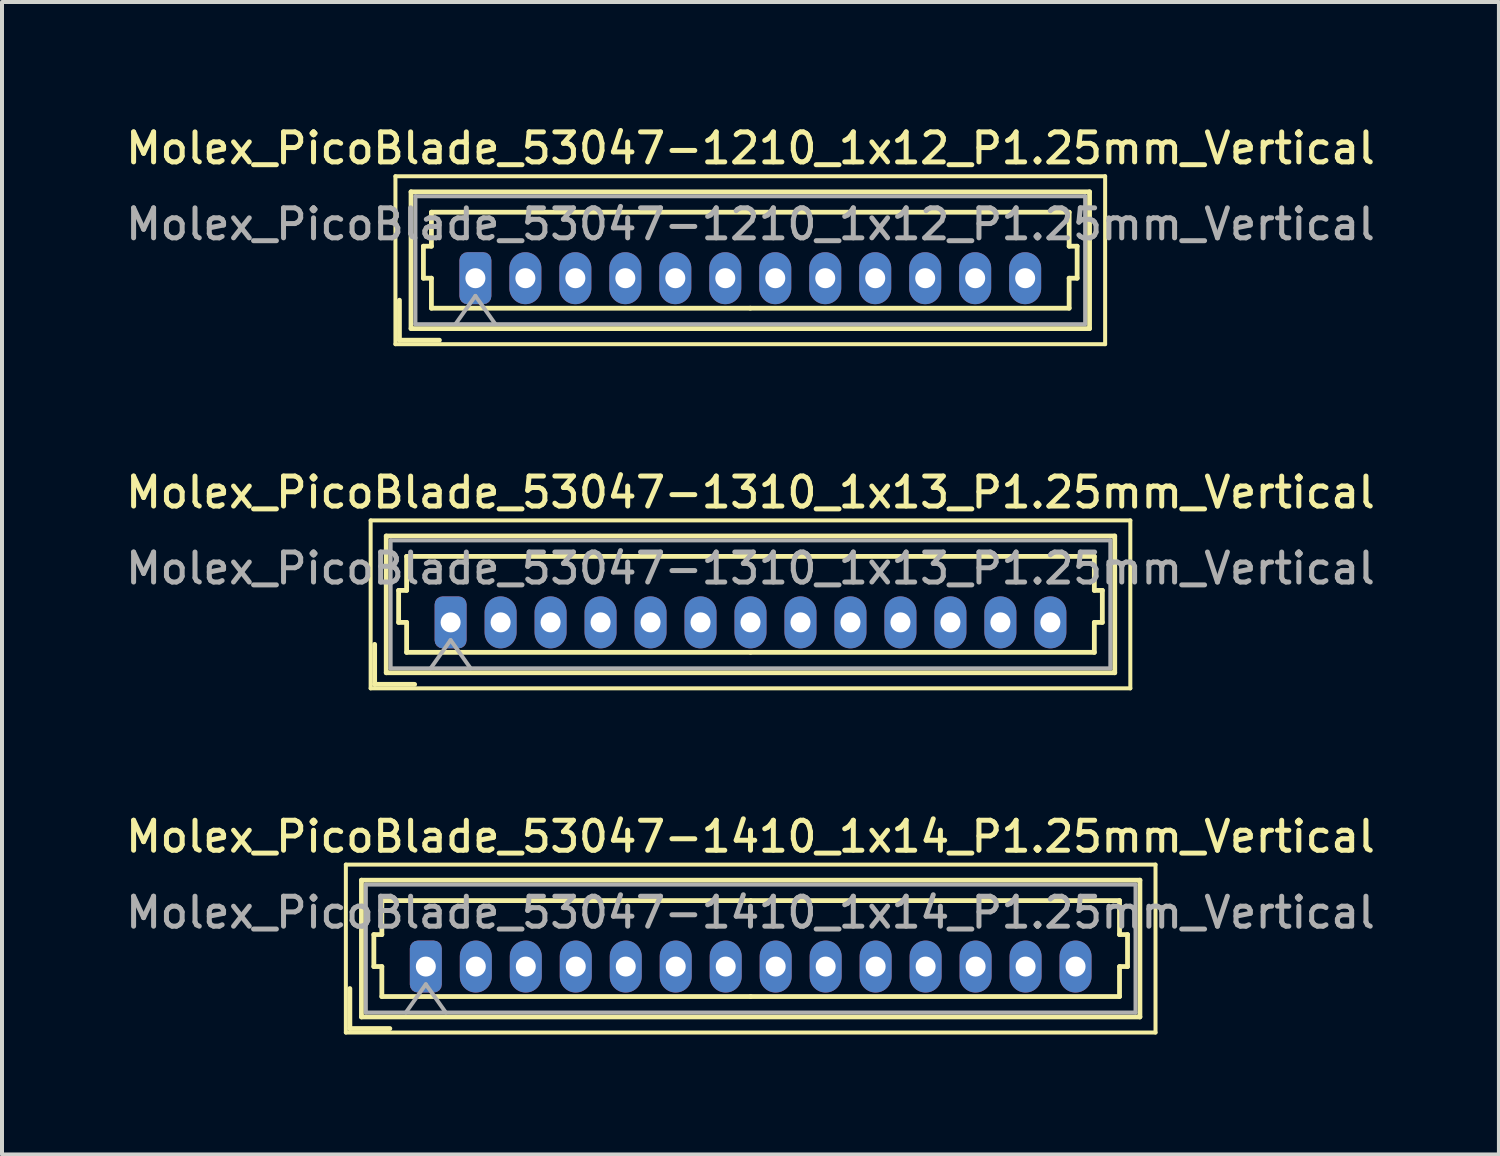
<source format=kicad_pcb>
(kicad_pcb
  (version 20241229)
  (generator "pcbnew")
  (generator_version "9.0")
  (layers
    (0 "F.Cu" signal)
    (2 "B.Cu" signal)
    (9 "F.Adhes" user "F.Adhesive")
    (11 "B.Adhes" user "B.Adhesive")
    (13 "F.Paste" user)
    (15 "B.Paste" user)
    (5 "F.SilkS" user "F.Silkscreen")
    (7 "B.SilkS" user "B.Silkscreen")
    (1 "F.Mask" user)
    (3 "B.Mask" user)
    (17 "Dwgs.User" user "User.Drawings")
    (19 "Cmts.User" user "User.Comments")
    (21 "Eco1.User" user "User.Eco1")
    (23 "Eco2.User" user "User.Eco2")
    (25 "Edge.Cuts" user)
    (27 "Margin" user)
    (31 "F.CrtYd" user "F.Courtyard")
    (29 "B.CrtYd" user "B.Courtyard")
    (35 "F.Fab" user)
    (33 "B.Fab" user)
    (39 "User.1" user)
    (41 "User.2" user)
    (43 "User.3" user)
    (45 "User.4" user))
  (footprint "Molex_PicoBlade_53047-1210_1x12_P1.25mm_Vertical"
    (layer "F.Cu")
    (at 8.84 3.908)
    (property "Reference" "Molex_PicoBlade_53047-1210_1x12_P1.25mm_Vertical" (at 6.88 -3.25 0) (layer "F.SilkS") (effects (font (size 0.75 0.75) (thickness 0.125))))
    (attr through_hole)
    (fp_line (start -2 -2.55) (end -2 1.65) (stroke (width 0.1) (type solid)) (layer "F.SilkS"))
    (fp_line (start -2 1.65) (end 15.75 1.65) (stroke (width 0.1) (type solid)) (layer "F.SilkS"))
    (fp_line (start -1.9 1.55) (end -1.9 0.55) (stroke (width 0.12) (type solid)) (layer "F.SilkS"))
    (fp_line (start -1.9 1.55) (end -0.9 1.55) (stroke (width 0.12) (type solid)) (layer "F.SilkS"))
    (fp_line (start -1.61 -2.16) (end -1.61 1.26) (stroke (width 0.12) (type solid)) (layer "F.SilkS"))
    (fp_line (start -1.61 1.26) (end 15.36 1.26) (stroke (width 0.12) (type solid)) (layer "F.SilkS"))
    (fp_line (start -1.3 -0.8) (end -1.1 -0.8) (stroke (width 0.12) (type solid)) (layer "F.SilkS"))
    (fp_line (start -1.3 0) (end -1.3 -0.8) (stroke (width 0.12) (type solid)) (layer "F.SilkS"))
    (fp_line (start -1.1 -1.65) (end 6.875 -1.65) (stroke (width 0.12) (type solid)) (layer "F.SilkS"))
    (fp_line (start -1.1 -0.8) (end -1.1 -1.65) (stroke (width 0.12) (type solid)) (layer "F.SilkS"))
    (fp_line (start -1.1 0) (end -1.3 0) (stroke (width 0.12) (type solid)) (layer "F.SilkS"))
    (fp_line (start -1.1 0.75) (end -1.1 0) (stroke (width 0.12) (type solid)) (layer "F.SilkS"))
    (fp_line (start 6.875 0.75) (end -1.1 0.75) (stroke (width 0.12) (type solid)) (layer "F.SilkS"))
    (fp_line (start 6.875 0.75) (end 14.85 0.75) (stroke (width 0.12) (type solid)) (layer "F.SilkS"))
    (fp_line (start 14.85 -1.65) (end 6.875 -1.65) (stroke (width 0.12) (type solid)) (layer "F.SilkS"))
    (fp_line (start 14.85 -0.8) (end 14.85 -1.65) (stroke (width 0.12) (type solid)) (layer "F.SilkS"))
    (fp_line (start 14.85 0) (end 15.05 0) (stroke (width 0.12) (type solid)) (layer "F.SilkS"))
    (fp_line (start 14.85 0.75) (end 14.85 0) (stroke (width 0.12) (type solid)) (layer "F.SilkS"))
    (fp_line (start 15.05 -0.8) (end 14.85 -0.8) (stroke (width 0.12) (type solid)) (layer "F.SilkS"))
    (fp_line (start 15.05 0) (end 15.05 -0.8) (stroke (width 0.12) (type solid)) (layer "F.SilkS"))
    (fp_line (start 15.36 -2.16) (end -1.61 -2.16) (stroke (width 0.12) (type solid)) (layer "F.SilkS"))
    (fp_line (start 15.36 1.26) (end 15.36 -2.16) (stroke (width 0.12) (type solid)) (layer "F.SilkS"))
    (fp_line (start 15.75 -2.55) (end -2 -2.55) (stroke (width 0.1) (type solid)) (layer "F.SilkS"))
    (fp_line (start 15.75 1.65) (end 15.75 -2.55) (stroke (width 0.1) (type solid)) (layer "F.SilkS"))
    (fp_line (start -1.5 -2.05) (end -1.5 1.15) (stroke (width 0.1) (type solid)) (layer "F.Fab"))
    (fp_line (start -1.5 1.15) (end 15.25 1.15) (stroke (width 0.1) (type solid)) (layer "F.Fab"))
    (fp_line (start -0.5 1.15) (end 0 0.443) (stroke (width 0.1) (type solid)) (layer "F.Fab"))
    (fp_line (start 0 0.443) (end 0.5 1.15) (stroke (width 0.1) (type solid)) (layer "F.Fab"))
    (fp_line (start 15.25 -2.05) (end -1.5 -2.05) (stroke (width 0.1) (type solid)) (layer "F.Fab"))
    (fp_line (start 15.25 1.15) (end 15.25 -2.05) (stroke (width 0.1) (type solid)) (layer "F.Fab"))
    (fp_text user "${REFERENCE}" (at 6.88 -1.35 0) (layer "F.Fab") (effects (font (size 0.75 0.75) (thickness 0.125))))
    (pad "1" thru_hole roundrect (at 0 0) (size 0.8 1.3) (drill 0.5) (layers "*.Cu" "*.Mask") (roundrect_rratio 0.25))
    (pad "2" thru_hole oval (at 1.25 0) (size 0.8 1.3) (drill 0.5) (layers "*.Cu" "*.Mask"))
    (pad "3" thru_hole oval (at 2.5 0) (size 0.8 1.3) (drill 0.5) (layers "*.Cu" "*.Mask"))
    (pad "4" thru_hole oval (at 3.75 0) (size 0.8 1.3) (drill 0.5) (layers "*.Cu" "*.Mask"))
    (pad "5" thru_hole oval (at 5 0) (size 0.8 1.3) (drill 0.5) (layers "*.Cu" "*.Mask"))
    (pad "6" thru_hole oval (at 6.25 0) (size 0.8 1.3) (drill 0.5) (layers "*.Cu" "*.Mask"))
    (pad "7" thru_hole oval (at 7.5 0) (size 0.8 1.3) (drill 0.5) (layers "*.Cu" "*.Mask"))
    (pad "8" thru_hole oval (at 8.75 0) (size 0.8 1.3) (drill 0.5) (layers "*.Cu" "*.Mask"))
    (pad "9" thru_hole oval (at 10 0) (size 0.8 1.3) (drill 0.5) (layers "*.Cu" "*.Mask"))
    (pad "10" thru_hole oval (at 11.25 0) (size 0.8 1.3) (drill 0.5) (layers "*.Cu" "*.Mask"))
    (pad "11" thru_hole oval (at 12.5 0) (size 0.8 1.3) (drill 0.5) (layers "*.Cu" "*.Mask"))
    (pad "12" thru_hole oval (at 13.75 0) (size 0.8 1.3) (drill 0.5) (layers "*.Cu" "*.Mask")))
  (footprint "Molex_PicoBlade_53047-1310_1x13_P1.25mm_Vertical"
    (layer "F.Cu")
    (at 8.22 12.516)
    (property "Reference" "Molex_PicoBlade_53047-1310_1x13_P1.25mm_Vertical" (at 7.5 -3.25 0) (layer "F.SilkS") (effects (font (size 0.75 0.75) (thickness 0.125))))
    (attr through_hole)
    (fp_line (start -2 -2.55) (end -2 1.65) (stroke (width 0.1) (type solid)) (layer "F.SilkS"))
    (fp_line (start -2 1.65) (end 17 1.65) (stroke (width 0.1) (type solid)) (layer "F.SilkS"))
    (fp_line (start -1.9 1.55) (end -1.9 0.55) (stroke (width 0.12) (type solid)) (layer "F.SilkS"))
    (fp_line (start -1.9 1.55) (end -0.9 1.55) (stroke (width 0.12) (type solid)) (layer "F.SilkS"))
    (fp_line (start -1.61 -2.16) (end -1.61 1.26) (stroke (width 0.12) (type solid)) (layer "F.SilkS"))
    (fp_line (start -1.61 1.26) (end 16.61 1.26) (stroke (width 0.12) (type solid)) (layer "F.SilkS"))
    (fp_line (start -1.3 -0.8) (end -1.1 -0.8) (stroke (width 0.12) (type solid)) (layer "F.SilkS"))
    (fp_line (start -1.3 0) (end -1.3 -0.8) (stroke (width 0.12) (type solid)) (layer "F.SilkS"))
    (fp_line (start -1.1 -1.65) (end 7.5 -1.65) (stroke (width 0.12) (type solid)) (layer "F.SilkS"))
    (fp_line (start -1.1 -0.8) (end -1.1 -1.65) (stroke (width 0.12) (type solid)) (layer "F.SilkS"))
    (fp_line (start -1.1 0) (end -1.3 0) (stroke (width 0.12) (type solid)) (layer "F.SilkS"))
    (fp_line (start -1.1 0.75) (end -1.1 0) (stroke (width 0.12) (type solid)) (layer "F.SilkS"))
    (fp_line (start 7.5 0.75) (end -1.1 0.75) (stroke (width 0.12) (type solid)) (layer "F.SilkS"))
    (fp_line (start 7.5 0.75) (end 16.1 0.75) (stroke (width 0.12) (type solid)) (layer "F.SilkS"))
    (fp_line (start 16.1 -1.65) (end 7.5 -1.65) (stroke (width 0.12) (type solid)) (layer "F.SilkS"))
    (fp_line (start 16.1 -0.8) (end 16.1 -1.65) (stroke (width 0.12) (type solid)) (layer "F.SilkS"))
    (fp_line (start 16.1 0) (end 16.3 0) (stroke (width 0.12) (type solid)) (layer "F.SilkS"))
    (fp_line (start 16.1 0.75) (end 16.1 0) (stroke (width 0.12) (type solid)) (layer "F.SilkS"))
    (fp_line (start 16.3 -0.8) (end 16.1 -0.8) (stroke (width 0.12) (type solid)) (layer "F.SilkS"))
    (fp_line (start 16.3 0) (end 16.3 -0.8) (stroke (width 0.12) (type solid)) (layer "F.SilkS"))
    (fp_line (start 16.61 -2.16) (end -1.61 -2.16) (stroke (width 0.12) (type solid)) (layer "F.SilkS"))
    (fp_line (start 16.61 1.26) (end 16.61 -2.16) (stroke (width 0.12) (type solid)) (layer "F.SilkS"))
    (fp_line (start 17 -2.55) (end -2 -2.55) (stroke (width 0.1) (type solid)) (layer "F.SilkS"))
    (fp_line (start 17 1.65) (end 17 -2.55) (stroke (width 0.1) (type solid)) (layer "F.SilkS"))
    (fp_line (start -1.5 -2.05) (end -1.5 1.15) (stroke (width 0.1) (type solid)) (layer "F.Fab"))
    (fp_line (start -1.5 1.15) (end 16.5 1.15) (stroke (width 0.1) (type solid)) (layer "F.Fab"))
    (fp_line (start -0.5 1.15) (end 0 0.443) (stroke (width 0.1) (type solid)) (layer "F.Fab"))
    (fp_line (start 0 0.443) (end 0.5 1.15) (stroke (width 0.1) (type solid)) (layer "F.Fab"))
    (fp_line (start 16.5 -2.05) (end -1.5 -2.05) (stroke (width 0.1) (type solid)) (layer "F.Fab"))
    (fp_line (start 16.5 1.15) (end 16.5 -2.05) (stroke (width 0.1) (type solid)) (layer "F.Fab"))
    (fp_text user "${REFERENCE}" (at 7.5 -1.35 0) (layer "F.Fab") (effects (font (size 0.75 0.75) (thickness 0.125))))
    (pad "1" thru_hole roundrect (at 0 0) (size 0.8 1.3) (drill 0.5) (layers "*.Cu" "*.Mask") (roundrect_rratio 0.25))
    (pad "2" thru_hole oval (at 1.25 0) (size 0.8 1.3) (drill 0.5) (layers "*.Cu" "*.Mask"))
    (pad "3" thru_hole oval (at 2.5 0) (size 0.8 1.3) (drill 0.5) (layers "*.Cu" "*.Mask"))
    (pad "4" thru_hole oval (at 3.75 0) (size 0.8 1.3) (drill 0.5) (layers "*.Cu" "*.Mask"))
    (pad "5" thru_hole oval (at 5 0) (size 0.8 1.3) (drill 0.5) (layers "*.Cu" "*.Mask"))
    (pad "6" thru_hole oval (at 6.25 0) (size 0.8 1.3) (drill 0.5) (layers "*.Cu" "*.Mask"))
    (pad "7" thru_hole oval (at 7.5 0) (size 0.8 1.3) (drill 0.5) (layers "*.Cu" "*.Mask"))
    (pad "8" thru_hole oval (at 8.75 0) (size 0.8 1.3) (drill 0.5) (layers "*.Cu" "*.Mask"))
    (pad "9" thru_hole oval (at 10 0) (size 0.8 1.3) (drill 0.5) (layers "*.Cu" "*.Mask"))
    (pad "10" thru_hole oval (at 11.25 0) (size 0.8 1.3) (drill 0.5) (layers "*.Cu" "*.Mask"))
    (pad "11" thru_hole oval (at 12.5 0) (size 0.8 1.3) (drill 0.5) (layers "*.Cu" "*.Mask"))
    (pad "12" thru_hole oval (at 13.75 0) (size 0.8 1.3) (drill 0.5) (layers "*.Cu" "*.Mask"))
    (pad "13" thru_hole oval (at 15 0) (size 0.8 1.3) (drill 0.5) (layers "*.Cu" "*.Mask")))
  (footprint "Molex_PicoBlade_53047-1410_1x14_P1.25mm_Vertical"
    (layer "F.Cu")
    (at 7.6 21.124)
    (property "Reference" "Molex_PicoBlade_53047-1410_1x14_P1.25mm_Vertical" (at 8.12 -3.25 0) (layer "F.SilkS") (effects (font (size 0.75 0.75) (thickness 0.125))))
    (attr through_hole)
    (fp_line (start -2 -2.55) (end -2 1.65) (stroke (width 0.1) (type solid)) (layer "F.SilkS"))
    (fp_line (start -2 1.65) (end 18.25 1.65) (stroke (width 0.1) (type solid)) (layer "F.SilkS"))
    (fp_line (start -1.9 1.55) (end -1.9 0.55) (stroke (width 0.12) (type solid)) (layer "F.SilkS"))
    (fp_line (start -1.9 1.55) (end -0.9 1.55) (stroke (width 0.12) (type solid)) (layer "F.SilkS"))
    (fp_line (start -1.61 -2.16) (end -1.61 1.26) (stroke (width 0.12) (type solid)) (layer "F.SilkS"))
    (fp_line (start -1.61 1.26) (end 17.86 1.26) (stroke (width 0.12) (type solid)) (layer "F.SilkS"))
    (fp_line (start -1.3 -0.8) (end -1.1 -0.8) (stroke (width 0.12) (type solid)) (layer "F.SilkS"))
    (fp_line (start -1.3 0) (end -1.3 -0.8) (stroke (width 0.12) (type solid)) (layer "F.SilkS"))
    (fp_line (start -1.1 -1.65) (end 8.125 -1.65) (stroke (width 0.12) (type solid)) (layer "F.SilkS"))
    (fp_line (start -1.1 -0.8) (end -1.1 -1.65) (stroke (width 0.12) (type solid)) (layer "F.SilkS"))
    (fp_line (start -1.1 0) (end -1.3 0) (stroke (width 0.12) (type solid)) (layer "F.SilkS"))
    (fp_line (start -1.1 0.75) (end -1.1 0) (stroke (width 0.12) (type solid)) (layer "F.SilkS"))
    (fp_line (start 8.125 0.75) (end -1.1 0.75) (stroke (width 0.12) (type solid)) (layer "F.SilkS"))
    (fp_line (start 8.125 0.75) (end 17.35 0.75) (stroke (width 0.12) (type solid)) (layer "F.SilkS"))
    (fp_line (start 17.35 -1.65) (end 8.125 -1.65) (stroke (width 0.12) (type solid)) (layer "F.SilkS"))
    (fp_line (start 17.35 -0.8) (end 17.35 -1.65) (stroke (width 0.12) (type solid)) (layer "F.SilkS"))
    (fp_line (start 17.35 0) (end 17.55 0) (stroke (width 0.12) (type solid)) (layer "F.SilkS"))
    (fp_line (start 17.35 0.75) (end 17.35 0) (stroke (width 0.12) (type solid)) (layer "F.SilkS"))
    (fp_line (start 17.55 -0.8) (end 17.35 -0.8) (stroke (width 0.12) (type solid)) (layer "F.SilkS"))
    (fp_line (start 17.55 0) (end 17.55 -0.8) (stroke (width 0.12) (type solid)) (layer "F.SilkS"))
    (fp_line (start 17.86 -2.16) (end -1.61 -2.16) (stroke (width 0.12) (type solid)) (layer "F.SilkS"))
    (fp_line (start 17.86 1.26) (end 17.86 -2.16) (stroke (width 0.12) (type solid)) (layer "F.SilkS"))
    (fp_line (start 18.25 -2.55) (end -2 -2.55) (stroke (width 0.1) (type solid)) (layer "F.SilkS"))
    (fp_line (start 18.25 1.65) (end 18.25 -2.55) (stroke (width 0.1) (type solid)) (layer "F.SilkS"))
    (fp_line (start -1.5 -2.05) (end -1.5 1.15) (stroke (width 0.1) (type solid)) (layer "F.Fab"))
    (fp_line (start -1.5 1.15) (end 17.75 1.15) (stroke (width 0.1) (type solid)) (layer "F.Fab"))
    (fp_line (start -0.5 1.15) (end 0 0.443) (stroke (width 0.1) (type solid)) (layer "F.Fab"))
    (fp_line (start 0 0.443) (end 0.5 1.15) (stroke (width 0.1) (type solid)) (layer "F.Fab"))
    (fp_line (start 17.75 -2.05) (end -1.5 -2.05) (stroke (width 0.1) (type solid)) (layer "F.Fab"))
    (fp_line (start 17.75 1.15) (end 17.75 -2.05) (stroke (width 0.1) (type solid)) (layer "F.Fab"))
    (fp_text user "${REFERENCE}" (at 8.12 -1.35 0) (layer "F.Fab") (effects (font (size 0.75 0.75) (thickness 0.125))))
    (pad "1" thru_hole roundrect (at 0 0) (size 0.8 1.3) (drill 0.5) (layers "*.Cu" "*.Mask") (roundrect_rratio 0.25))
    (pad "2" thru_hole oval (at 1.25 0) (size 0.8 1.3) (drill 0.5) (layers "*.Cu" "*.Mask"))
    (pad "3" thru_hole oval (at 2.5 0) (size 0.8 1.3) (drill 0.5) (layers "*.Cu" "*.Mask"))
    (pad "4" thru_hole oval (at 3.75 0) (size 0.8 1.3) (drill 0.5) (layers "*.Cu" "*.Mask"))
    (pad "5" thru_hole oval (at 5 0) (size 0.8 1.3) (drill 0.5) (layers "*.Cu" "*.Mask"))
    (pad "6" thru_hole oval (at 6.25 0) (size 0.8 1.3) (drill 0.5) (layers "*.Cu" "*.Mask"))
    (pad "7" thru_hole oval (at 7.5 0) (size 0.8 1.3) (drill 0.5) (layers "*.Cu" "*.Mask"))
    (pad "8" thru_hole oval (at 8.75 0) (size 0.8 1.3) (drill 0.5) (layers "*.Cu" "*.Mask"))
    (pad "9" thru_hole oval (at 10 0) (size 0.8 1.3) (drill 0.5) (layers "*.Cu" "*.Mask"))
    (pad "10" thru_hole oval (at 11.25 0) (size 0.8 1.3) (drill 0.5) (layers "*.Cu" "*.Mask"))
    (pad "11" thru_hole oval (at 12.5 0) (size 0.8 1.3) (drill 0.5) (layers "*.Cu" "*.Mask"))
    (pad "12" thru_hole oval (at 13.75 0) (size 0.8 1.3) (drill 0.5) (layers "*.Cu" "*.Mask"))
    (pad "13" thru_hole oval (at 15 0) (size 0.8 1.3) (drill 0.5) (layers "*.Cu" "*.Mask"))
    (pad "14" thru_hole oval (at 16.25 0) (size 0.8 1.3) (drill 0.5) (layers "*.Cu" "*.Mask")))
  (gr_rect
    (start -3 -3)
    (end 34.439 25.824)
    (stroke (width 0.1) (type default))
    (fill no)
    (layer "Edge.Cuts")))
</source>
